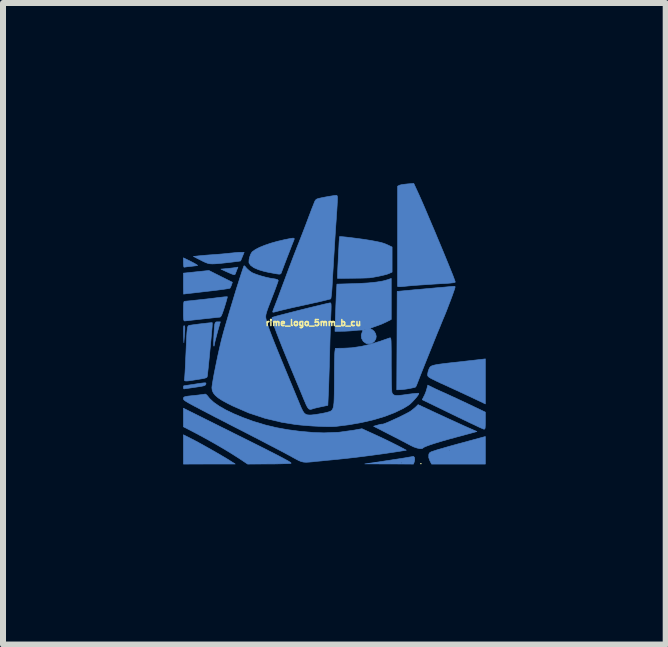
<source format=kicad_pcb>
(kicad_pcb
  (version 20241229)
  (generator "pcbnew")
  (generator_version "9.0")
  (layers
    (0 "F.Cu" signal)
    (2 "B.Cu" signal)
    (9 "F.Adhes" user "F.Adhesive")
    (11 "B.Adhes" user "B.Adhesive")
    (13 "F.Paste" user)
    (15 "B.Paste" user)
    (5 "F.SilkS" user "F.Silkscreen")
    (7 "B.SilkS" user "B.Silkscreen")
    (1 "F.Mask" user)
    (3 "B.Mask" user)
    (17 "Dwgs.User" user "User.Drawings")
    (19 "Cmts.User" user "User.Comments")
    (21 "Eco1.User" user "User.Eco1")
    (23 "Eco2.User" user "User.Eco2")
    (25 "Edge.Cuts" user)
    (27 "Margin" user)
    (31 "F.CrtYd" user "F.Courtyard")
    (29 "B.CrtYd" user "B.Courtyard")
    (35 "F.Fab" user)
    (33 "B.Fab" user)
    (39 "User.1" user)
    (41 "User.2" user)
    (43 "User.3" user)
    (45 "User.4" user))
  (footprint "rime_logo_5mm_b_cu"
    (layer "F.Cu")
    (at 2.399 2.457)
    (property "Reference" "rime_logo_5mm_b_cu" (at -0.23 -0.13 0) (layer "F.SilkS") (effects (font (size 0.1 0.1) (thickness 0.025))))
    (attr through_hole)
    (fp_poly (pts (xy -2.388 -0.079) (xy -2.39 -0.063) (xy -2.392 -0.028) (xy -2.392 0.023) (xy -2.391 0.065) (xy -2.387 0.201) (xy -2.377 0.065) (xy -2.372 -0.005) (xy -2.371 -0.052) (xy -2.374 -0.077) (xy -2.382 -0.083) (xy -2.388 -0.079)) (stroke (width 0.01) (type solid)) (fill yes) (layer "B.Cu"))
    (fp_poly (pts (xy -2.394 2.222) (xy -1.963 2.221) (xy -1.532 2.221) (xy -1.615 2.168) (xy -1.674 2.131) (xy -1.752 2.085) (xy -1.841 2.033) (xy -1.937 1.978) (xy -2.033 1.924) (xy -2.123 1.874) (xy -2.203 1.831) (xy -2.263 1.8) (xy -2.394 1.734) (xy -2.394 2.222)) (stroke (width 0.01) (type solid)) (fill yes) (layer "B.Cu"))
    (fp_poly (pts (xy -2.394 -1.134) (xy -2.392 -1.093) (xy -2.388 -1.065) (xy -2.384 -1.057) (xy -2.367 -1.059) (xy -2.331 -1.064) (xy -2.283 -1.069) (xy -2.275 -1.07) (xy -2.225 -1.076) (xy -2.184 -1.081) (xy -2.161 -1.085) (xy -2.159 -1.085) (xy -2.163 -1.092) (xy -2.187 -1.107) (xy -2.226 -1.129) (xy -2.268 -1.151) (xy -2.394 -1.213) (xy -2.394 -1.134)) (stroke (width 0.01) (type solid)) (fill yes) (layer "B.Cu"))
    (fp_poly (pts (xy -1.529 -1.051) (xy -1.563 -1.046) (xy -1.613 -1.04) (xy -1.668 -1.034) (xy -1.67 -1.034) (xy -1.769 -1.025) (xy -1.69 -0.988) (xy -1.627 -0.96) (xy -1.584 -0.942) (xy -1.556 -0.933) (xy -1.54 -0.934) (xy -1.532 -0.941) (xy -1.529 -0.947) (xy -1.519 -0.975) (xy -1.505 -1.011) (xy -1.504 -1.014) (xy -1.486 -1.058) (xy -1.529 -1.051)) (stroke (width 0.01) (type solid)) (fill yes) (layer "B.Cu"))
    (fp_poly (pts (xy -1.841 -0.147) (xy -1.855 -0.142) (xy -1.865 -0.13) (xy -1.872 -0.108) (xy -1.877 -0.071) (xy -1.881 -0.016) (xy -1.885 0.06) (xy -1.887 0.099) (xy -1.89 0.174) (xy -1.891 0.226) (xy -1.889 0.254) (xy -1.885 0.258) (xy -1.879 0.237) (xy -1.875 0.211) (xy -1.868 0.179) (xy -1.855 0.129) (xy -1.839 0.067) (xy -1.823 0.007) (xy -1.779 -0.147) (xy -1.823 -0.147) (xy -1.841 -0.147)) (stroke (width 0.01) (type solid)) (fill yes) (layer "B.Cu"))
    (fp_poly (pts (xy 1.404 2.1) (xy 1.36 2.107) (xy 1.299 2.118) (xy 1.224 2.13) (xy 1.139 2.143) (xy 1.048 2.157) (xy 0.955 2.171) (xy 0.865 2.185) (xy 0.798 2.195) (xy 0.627 2.219) (xy 1.032 2.22) (xy 1.437 2.222) (xy 1.445 2.2) (xy 1.247 2.2) (xy 1.245 2.208) (xy 1.239 2.208) (xy 1.228 2.204) (xy 1.23 2.2) (xy 1.245 2.198) (xy 1.247 2.2) (xy 1.445 2.2) (xy 1.45 2.186) (xy 1.458 2.148) (xy 1.455 2.115) (xy 1.441 2.096) (xy 1.426 2.095) (xy 1.404 2.1)) (stroke (width 0.01) (type solid)) (fill yes) (layer "B.Cu"))
    (fp_poly (pts (xy -2.182 -0.98) (xy -2.394 -0.958) (xy -2.394 -0.783) (xy -2.394 -0.719) (xy -2.393 -0.665) (xy -2.392 -0.627) (xy -2.391 -0.61) (xy -2.391 -0.609) (xy -2.377 -0.611) (xy -2.341 -0.616) (xy -2.285 -0.622) (xy -2.213 -0.63) (xy -2.128 -0.64) (xy -2.033 -0.651) (xy -2.008 -0.654) (xy -1.911 -0.665) (xy -1.822 -0.676) (xy -1.745 -0.686) (xy -1.684 -0.695) (xy -1.641 -0.702) (xy -1.62 -0.707) (xy -1.619 -0.708) (xy -1.607 -0.728) (xy -1.594 -0.76) (xy -1.593 -0.763) (xy -1.579 -0.806) (xy -1.775 -0.904) (xy -1.97 -1.002) (xy -2.182 -0.98)) (stroke (width 0.01) (type solid)) (fill yes) (layer "B.Cu"))
    (fp_poly (pts (xy -2.048 0.869) (xy -2.083 0.873) (xy -2.136 0.88) (xy -2.212 0.892) (xy -2.215 0.893) (xy -2.278 0.902) (xy -2.332 0.91) (xy -2.37 0.916) (xy -2.388 0.919) (xy -2.389 0.919) (xy -2.393 0.93) (xy -2.394 0.945) (xy -2.39 0.966) (xy -2.384 0.97) (xy -2.367 0.967) (xy -2.331 0.962) (xy -2.289 0.956) (xy -2.2 0.943) (xy -2.133 0.933) (xy -2.086 0.925) (xy -2.055 0.918) (xy -2.036 0.91) (xy -2.026 0.902) (xy -2.021 0.892) (xy -2.021 0.891) (xy -2.019 0.88) (xy -2.02 0.873) (xy -2.028 0.869) (xy -2.048 0.869)) (stroke (width 0.01) (type solid)) (fill yes) (layer "B.Cu"))
    (fp_poly (pts (xy 2.545 1.787) (xy 2.503 1.799) (xy 2.442 1.815) (xy 2.368 1.835) (xy 2.286 1.858) (xy 2.206 1.879) (xy 2.118 1.903) (xy 2.028 1.928) (xy 1.945 1.952) (xy 1.873 1.973) (xy 1.828 1.986) (xy 1.77 2.005) (xy 1.732 2.018) (xy 1.71 2.031) (xy 1.699 2.044) (xy 1.693 2.062) (xy 1.692 2.069) (xy 1.692 2.116) (xy 1.711 2.167) (xy 1.739 2.222) (xy 2.634 2.222) (xy 2.634 1.991) (xy 2.041 1.991) (xy 2.035 1.998) (xy 2.028 1.991) (xy 2.035 1.985) (xy 2.041 1.991) (xy 2.634 1.991) (xy 2.634 1.763) (xy 2.545 1.787)) (stroke (width 0.01) (type solid)) (fill yes) (layer "B.Cu"))
    (fp_poly (pts (xy -2.394 1.601) (xy -2.193 1.705) (xy -2.055 1.779) (xy -1.913 1.858) (xy -1.771 1.94) (xy -1.638 2.019) (xy -1.519 2.094) (xy -1.461 2.131) (xy -1.325 2.222) (xy -0.981 2.22) (xy -0.887 2.22) (xy -0.8 2.218) (xy -0.724 2.216) (xy -0.663 2.214) (xy -0.622 2.212) (xy -0.604 2.21) (xy -0.601 2.206) (xy -0.606 2.199) (xy -0.62 2.189) (xy -0.645 2.173) (xy -0.683 2.152) (xy -0.733 2.125) (xy -0.799 2.09) (xy -0.88 2.048) (xy -0.979 1.998) (xy -1.097 1.938) (xy -1.235 1.869) (xy -1.395 1.789) (xy -1.482 1.746) (xy -2.394 1.292) (xy -2.394 1.601)) (stroke (width 0.01) (type solid)) (fill yes) (layer "B.Cu"))
    (fp_poly (pts (xy 1.66 0.967) (xy 1.645 1.017) (xy 1.623 1.071) (xy 1.614 1.088) (xy 1.583 1.15) (xy 2.083 1.393) (xy 2.19 1.445) (xy 2.291 1.493) (xy 2.382 1.537) (xy 2.462 1.574) (xy 2.526 1.605) (xy 2.574 1.626) (xy 2.602 1.638) (xy 2.608 1.64) (xy 2.619 1.64) (xy 2.627 1.633) (xy 2.631 1.615) (xy 2.633 1.581) (xy 2.634 1.526) (xy 2.634 1.5) (xy 2.634 1.357) (xy 2.328 1.211) (xy 2.238 1.169) (xy 2.151 1.128) (xy 2.07 1.091) (xy 2.001 1.059) (xy 1.948 1.035) (xy 1.923 1.024) (xy 1.863 0.997) (xy 1.802 0.969) (xy 1.751 0.944) (xy 1.75 0.944) (xy 1.676 0.907) (xy 1.66 0.967)) (stroke (width 0.01) (type solid)) (fill yes) (layer "B.Cu"))
    (fp_poly (pts (xy -1.478 -1.304) (xy -1.534 -1.299) (xy -1.592 -1.293) (xy -1.598 -1.293) (xy -1.651 -1.287) (xy -1.722 -1.28) (xy -1.802 -1.273) (xy -1.882 -1.267) (xy -1.894 -1.266) (xy -1.969 -1.261) (xy -2.041 -1.255) (xy -2.104 -1.249) (xy -2.149 -1.245) (xy -2.156 -1.244) (xy -2.228 -1.236) (xy -2.104 -1.173) (xy -2.059 -1.15) (xy -2.021 -1.133) (xy -1.987 -1.121) (xy -1.952 -1.114) (xy -1.911 -1.112) (xy -1.859 -1.114) (xy -1.793 -1.119) (xy -1.707 -1.128) (xy -1.653 -1.134) (xy -1.582 -1.142) (xy -1.522 -1.15) (xy -1.475 -1.156) (xy -1.448 -1.16) (xy -1.442 -1.162) (xy -1.436 -1.176) (xy -1.423 -1.207) (xy -1.411 -1.236) (xy -1.383 -1.305) (xy -1.438 -1.305) (xy -1.478 -1.304)) (stroke (width 0.01) (type solid)) (fill yes) (layer "B.Cu"))
    (fp_poly (pts (xy 2.571 0.478) (xy 2.541 0.481) (xy 2.489 0.487) (xy 2.42 0.495) (xy 2.337 0.504) (xy 2.245 0.515) (xy 2.16 0.524) (xy 2.041 0.537) (xy 1.946 0.548) (xy 1.871 0.558) (xy 1.815 0.567) (xy 1.773 0.576) (xy 1.743 0.586) (xy 1.723 0.597) (xy 1.71 0.611) (xy 1.701 0.627) (xy 1.694 0.643) (xy 1.68 0.685) (xy 1.673 0.725) (xy 1.673 0.732) (xy 1.673 0.744) (xy 1.677 0.755) (xy 1.686 0.767) (xy 1.703 0.78) (xy 1.73 0.796) (xy 1.77 0.816) (xy 1.825 0.843) (xy 1.897 0.877) (xy 1.991 0.919) (xy 2.048 0.946) (xy 2.136 0.986) (xy 2.233 1.031) (xy 2.328 1.075) (xy 2.414 1.115) (xy 2.453 1.134) (xy 2.634 1.22) (xy 2.634 0.47) (xy 2.571 0.478)) (stroke (width 0.01) (type solid)) (fill yes) (layer "B.Cu"))
    (fp_poly (pts (xy -0.608 -1.536) (xy -0.663 -1.525) (xy -0.713 -1.515) (xy -0.828 -1.488) (xy -0.938 -1.457) (xy -1.038 -1.423) (xy -1.125 -1.388) (xy -1.194 -1.352) (xy -1.242 -1.319) (xy -1.253 -1.308) (xy -1.273 -1.275) (xy -1.29 -1.229) (xy -1.301 -1.181) (xy -1.303 -1.14) (xy -1.301 -1.126) (xy -1.273 -1.086) (xy -1.221 -1.049) (xy -1.146 -1.016) (xy -1.052 -0.988) (xy -0.977 -0.971) (xy -0.901 -0.957) (xy -0.847 -0.947) (xy -0.81 -0.942) (xy -0.788 -0.942) (xy -0.775 -0.947) (xy -0.767 -0.956) (xy -0.762 -0.97) (xy -0.761 -0.972) (xy -0.752 -0.997) (xy -0.735 -1.041) (xy -0.713 -1.1) (xy -0.687 -1.168) (xy -0.668 -1.218) (xy -0.639 -1.292) (xy -0.612 -1.362) (xy -0.589 -1.422) (xy -0.571 -1.467) (xy -0.564 -1.485) (xy -0.553 -1.511) (xy -0.548 -1.529) (xy -0.553 -1.539) (xy -0.572 -1.541) (xy -0.608 -1.536)) (stroke (width 0.01) (type solid)) (fill yes) (layer "B.Cu"))
    (fp_poly (pts (xy 0.206 -1.567) (xy 0.206 -1.566) (xy 0.204 -1.553) (xy 0.202 -1.517) (xy 0.198 -1.464) (xy 0.195 -1.398) (xy 0.191 -1.322) (xy 0.186 -1.242) (xy 0.183 -1.161) (xy 0.179 -1.084) (xy 0.176 -1.015) (xy 0.174 -0.959) (xy 0.173 -0.919) (xy 0.172 -0.907) (xy 0.172 -0.871) (xy 0.419 -0.873) (xy 0.5 -0.874) (xy 0.574 -0.875) (xy 0.636 -0.877) (xy 0.682 -0.879) (xy 0.706 -0.88) (xy 0.783 -0.892) (xy 0.861 -0.907) (xy 0.933 -0.923) (xy 0.992 -0.938) (xy 1.025 -0.95) (xy 1.081 -0.975) (xy 1.081 -1.393) (xy 1.025 -1.42) (xy 0.981 -1.44) (xy 0.939 -1.456) (xy 0.89 -1.47) (xy 0.829 -1.483) (xy 0.75 -1.498) (xy 0.73 -1.502) (xy 0.672 -1.511) (xy 0.603 -1.522) (xy 0.528 -1.532) (xy 0.452 -1.542) (xy 0.379 -1.551) (xy 0.313 -1.559) (xy 0.259 -1.564) (xy 0.222 -1.567) (xy 0.206 -1.567)) (stroke (width 0.01) (type solid)) (fill yes) (layer "B.Cu"))
    (fp_poly (pts (xy -1.712 -0.563) (xy -1.762 -0.557) (xy -1.823 -0.55) (xy -1.823 -0.55) (xy -1.886 -0.542) (xy -1.96 -0.533) (xy -2.04 -0.524) (xy -2.121 -0.515) (xy -2.199 -0.507) (xy -2.268 -0.499) (xy -2.325 -0.494) (xy -2.363 -0.49) (xy -2.377 -0.489) (xy -2.385 -0.482) (xy -2.39 -0.458) (xy -2.393 -0.415) (xy -2.394 -0.35) (xy -2.394 -0.325) (xy -2.394 -0.256) (xy -2.392 -0.21) (xy -2.389 -0.182) (xy -2.384 -0.167) (xy -2.376 -0.162) (xy -2.371 -0.162) (xy -2.351 -0.164) (xy -2.31 -0.168) (xy -2.251 -0.175) (xy -2.178 -0.183) (xy -2.097 -0.192) (xy -2.078 -0.194) (xy -1.995 -0.203) (xy -1.921 -0.211) (xy -1.858 -0.218) (xy -1.813 -0.223) (xy -1.788 -0.225) (xy -1.786 -0.225) (xy -1.774 -0.232) (xy -1.76 -0.254) (xy -1.744 -0.293) (xy -1.723 -0.353) (xy -1.71 -0.393) (xy -1.691 -0.455) (xy -1.676 -0.507) (xy -1.666 -0.545) (xy -1.662 -0.564) (xy -1.662 -0.565) (xy -1.677 -0.565) (xy -1.712 -0.563)) (stroke (width 0.01) (type solid)) (fill yes) (layer "B.Cu"))
    (fp_poly (pts (xy 2.069 -0.736) (xy 2.059 -0.735) (xy 2.016 -0.731) (xy 1.954 -0.725) (xy 1.882 -0.719) (xy 1.811 -0.713) (xy 1.737 -0.706) (xy 1.646 -0.698) (xy 1.548 -0.689) (xy 1.45 -0.681) (xy 1.403 -0.676) (xy 1.166 -0.654) (xy 1.163 0.165) (xy 1.159 0.985) (xy 1.215 0.983) (xy 1.257 0.98) (xy 1.313 0.973) (xy 1.368 0.964) (xy 1.416 0.954) (xy 1.453 0.946) (xy 1.472 0.939) (xy 1.473 0.938) (xy 1.482 0.923) (xy 1.496 0.89) (xy 1.509 0.856) (xy 1.527 0.81) (xy 1.552 0.745) (xy 1.585 0.662) (xy 1.623 0.567) (xy 1.664 0.464) (xy 1.708 0.355) (xy 1.752 0.246) (xy 1.795 0.139) (xy 1.835 0.039) (xy 1.872 -0.049) (xy 1.902 -0.124) (xy 1.925 -0.179) (xy 1.928 -0.187) (xy 1.957 -0.255) (xy 1.989 -0.334) (xy 2.021 -0.419) (xy 2.054 -0.504) (xy 2.083 -0.582) (xy 2.107 -0.65) (xy 2.124 -0.7) (xy 2.127 -0.712) (xy 2.131 -0.729) (xy 2.126 -0.738) (xy 2.107 -0.739) (xy 2.069 -0.736)) (stroke (width 0.01) (type solid)) (fill yes) (layer "B.Cu"))
    (fp_poly (pts (xy 1.337 -2.444) (xy 1.283 -2.438) (xy 1.236 -2.431) (xy 1.206 -2.423) (xy 1.202 -2.421) (xy 1.173 -2.406) (xy 1.173 -1.58) (xy 1.173 -1.434) (xy 1.173 -1.297) (xy 1.173 -1.17) (xy 1.173 -1.055) (xy 1.172 -0.954) (xy 1.172 -0.871) (xy 1.172 -0.806) (xy 1.172 -0.763) (xy 1.172 -0.744) (xy 1.172 -0.743) (xy 1.175 -0.735) (xy 1.19 -0.732) (xy 1.219 -0.732) (xy 1.268 -0.736) (xy 1.304 -0.74) (xy 1.365 -0.746) (xy 1.447 -0.753) (xy 1.545 -0.76) (xy 1.654 -0.767) (xy 1.769 -0.775) (xy 1.886 -0.782) (xy 1.972 -0.786) (xy 2.048 -0.792) (xy 2.101 -0.798) (xy 2.129 -0.805) (xy 2.133 -0.81) (xy 2.128 -0.827) (xy 2.114 -0.866) (xy 2.092 -0.925) (xy 2.062 -0.999) (xy 2.026 -1.088) (xy 1.985 -1.188) (xy 1.94 -1.298) (xy 1.892 -1.413) (xy 1.842 -1.532) (xy 1.792 -1.653) (xy 1.741 -1.772) (xy 1.692 -1.887) (xy 1.646 -1.996) (xy 1.603 -2.096) (xy 1.564 -2.185) (xy 1.531 -2.259) (xy 1.52 -2.283) (xy 1.442 -2.452) (xy 1.337 -2.444)) (stroke (width 0.01) (type solid)) (fill yes) (layer "B.Cu"))
    (fp_poly (pts (xy -1.962 -0.13) (xy -2.011 -0.125) (xy -2.07 -0.118) (xy -2.132 -0.111) (xy -2.192 -0.103) (xy -2.245 -0.096) (xy -2.284 -0.09) (xy -2.297 -0.088) (xy -2.307 -0.085) (xy -2.314 -0.079) (xy -2.321 -0.068) (xy -2.326 -0.048) (xy -2.33 -0.018) (xy -2.335 0.024) (xy -2.339 0.082) (xy -2.343 0.158) (xy -2.347 0.254) (xy -2.352 0.373) (xy -2.355 0.432) (xy -2.359 0.526) (xy -2.363 0.614) (xy -2.367 0.689) (xy -2.371 0.75) (xy -2.374 0.792) (xy -2.376 0.81) (xy -2.378 0.825) (xy -2.371 0.835) (xy -2.353 0.838) (xy -2.319 0.837) (xy -2.267 0.83) (xy -2.196 0.819) (xy -2.121 0.807) (xy -2.068 0.798) (xy -2.033 0.79) (xy -2.012 0.782) (xy -2.001 0.773) (xy -1.997 0.759) (xy -1.994 0.74) (xy -1.993 0.731) (xy -1.989 0.693) (xy -1.982 0.629) (xy -1.973 0.541) (xy -1.962 0.429) (xy -1.949 0.294) (xy -1.934 0.135) (xy -1.927 0.057) (xy -1.921 -0.01) (xy -1.916 -0.066) (xy -1.914 -0.108) (xy -1.914 -0.13) (xy -1.914 -0.133) (xy -1.928 -0.133) (xy -1.962 -0.13)) (stroke (width 0.01) (type solid)) (fill yes) (layer "B.Cu"))
    (fp_poly (pts (xy 1.478 1.268) (xy 1.445 1.297) (xy 1.403 1.33) (xy 1.387 1.342) (xy 1.357 1.36) (xy 1.311 1.384) (xy 1.254 1.413) (xy 1.191 1.444) (xy 1.125 1.474) (xy 1.062 1.503) (xy 1.006 1.528) (xy 0.96 1.546) (xy 0.931 1.556) (xy 0.923 1.557) (xy 0.905 1.557) (xy 0.872 1.564) (xy 0.843 1.572) (xy 0.773 1.592) (xy 1.036 1.727) (xy 1.118 1.769) (xy 1.198 1.81) (xy 1.27 1.848) (xy 1.331 1.88) (xy 1.375 1.903) (xy 1.383 1.908) (xy 1.441 1.936) (xy 1.497 1.955) (xy 1.545 1.965) (xy 1.581 1.964) (xy 1.598 1.952) (xy 1.614 1.941) (xy 1.653 1.924) (xy 1.713 1.902) (xy 1.792 1.876) (xy 1.887 1.847) (xy 1.997 1.815) (xy 2.119 1.782) (xy 2.147 1.774) (xy 2.223 1.754) (xy 2.296 1.734) (xy 2.359 1.717) (xy 2.407 1.704) (xy 2.422 1.7) (xy 2.493 1.68) (xy 2.33 1.608) (xy 2.272 1.582) (xy 2.195 1.547) (xy 2.106 1.506) (xy 2.009 1.462) (xy 1.91 1.416) (xy 1.84 1.384) (xy 1.514 1.232) (xy 1.478 1.268)) (stroke (width 0.01) (type solid)) (fill yes) (layer "B.Cu"))
    (fp_poly (pts (xy 1.012 -0.85) (xy 0.928 -0.827) (xy 0.819 -0.809) (xy 0.685 -0.795) (xy 0.525 -0.786) (xy 0.44 -0.783) (xy 0.162 -0.775) (xy 0.154 -0.636) (xy 0.151 -0.576) (xy 0.148 -0.497) (xy 0.144 -0.407) (xy 0.141 -0.313) (xy 0.138 -0.243) (xy 0.13 0.011) (xy 0.233 0.01) (xy 0.297 0.009) (xy 0.373 0.005) (xy 0.446 -0.001) (xy 0.461 -0.003) (xy 0.515 -0.008) (xy 0.559 -0.01) (xy 0.586 -0.01) (xy 0.592 -0.009) (xy 0.592 0.007) (xy 0.583 0.024) (xy 0.567 0.073) (xy 0.572 0.126) (xy 0.598 0.174) (xy 0.606 0.183) (xy 0.652 0.214) (xy 0.705 0.22) (xy 0.747 0.208) (xy 0.785 0.18) (xy 0.811 0.135) (xy 0.817 0.094) (xy 0.807 0.051) (xy 0.782 0.01) (xy 0.747 -0.019) (xy 0.738 -0.022) (xy 0.633 -0.022) (xy 0.627 -0.016) (xy 0.62 -0.022) (xy 0.627 -0.029) (xy 0.633 -0.022) (xy 0.738 -0.022) (xy 0.714 -0.03) (xy 0.708 -0.034) (xy 0.726 -0.043) (xy 0.765 -0.058) (xy 0.791 -0.067) (xy 0.855 -0.09) (xy 0.922 -0.116) (xy 0.978 -0.142) (xy 0.985 -0.145) (xy 1.067 -0.187) (xy 1.067 -0.87) (xy 1.012 -0.85)) (stroke (width 0.01) (type solid)) (fill yes) (layer "B.Cu"))
    (fp_poly (pts (xy 0.033 -0.46) (xy -0.007 -0.451) (xy -0.065 -0.438) (xy -0.137 -0.42) (xy -0.221 -0.4) (xy -0.312 -0.378) (xy -0.408 -0.354) (xy -0.504 -0.33) (xy -0.598 -0.306) (xy -0.687 -0.283) (xy -0.765 -0.263) (xy -0.831 -0.246) (xy -0.88 -0.232) (xy -0.91 -0.223) (xy -0.917 -0.221) (xy -0.919 -0.206) (xy -0.913 -0.174) (xy -0.899 -0.125) (xy -0.876 -0.057) (xy -0.844 0.031) (xy -0.802 0.139) (xy -0.751 0.268) (xy -0.69 0.418) (xy -0.618 0.592) (xy -0.564 0.721) (xy -0.525 0.816) (xy -0.485 0.911) (xy -0.448 1) (xy -0.415 1.079) (xy -0.389 1.143) (xy -0.375 1.175) (xy -0.348 1.239) (xy -0.325 1.281) (xy -0.305 1.304) (xy -0.283 1.312) (xy -0.256 1.307) (xy -0.242 1.302) (xy -0.217 1.294) (xy -0.175 1.284) (xy -0.122 1.272) (xy -0.102 1.268) (xy 0.011 1.244) (xy 0.019 1.065) (xy 0.022 1.009) (xy 0.025 0.931) (xy 0.028 0.836) (xy 0.031 0.728) (xy 0.035 0.612) (xy 0.038 0.492) (xy 0.041 0.399) (xy 0.044 0.278) (xy 0.047 0.158) (xy 0.051 0.042) (xy 0.054 -0.065) (xy 0.057 -0.158) (xy 0.06 -0.234) (xy 0.062 -0.276) (xy 0.065 -0.35) (xy 0.066 -0.402) (xy 0.065 -0.435) (xy 0.062 -0.454) (xy 0.056 -0.462) (xy 0.051 -0.463) (xy 0.033 -0.46)) (stroke (width 0.01) (type solid)) (fill yes) (layer "B.Cu"))
    (fp_poly (pts (xy 0.144 -2.253) (xy 0.12 -2.251) (xy 0.077 -2.244) (xy 0.021 -2.235) (xy -0.034 -2.225) (xy -0.099 -2.212) (xy -0.143 -2.202) (xy -0.171 -2.193) (xy -0.188 -2.181) (xy -0.199 -2.167) (xy -0.203 -2.161) (xy -0.213 -2.138) (xy -0.23 -2.094) (xy -0.254 -2.035) (xy -0.281 -1.963) (xy -0.311 -1.885) (xy -0.319 -1.863) (xy -0.355 -1.767) (xy -0.395 -1.663) (xy -0.435 -1.56) (xy -0.472 -1.465) (xy -0.499 -1.398) (xy -0.526 -1.328) (xy -0.561 -1.239) (xy -0.599 -1.138) (xy -0.64 -1.031) (xy -0.68 -0.923) (xy -0.709 -0.844) (xy -0.745 -0.749) (xy -0.779 -0.657) (xy -0.81 -0.573) (xy -0.837 -0.502) (xy -0.859 -0.446) (xy -0.872 -0.411) (xy -0.872 -0.411) (xy -0.89 -0.367) (xy -0.902 -0.333) (xy -0.907 -0.316) (xy -0.907 -0.316) (xy -0.906 -0.31) (xy -0.9 -0.307) (xy -0.884 -0.309) (xy -0.852 -0.317) (xy -0.801 -0.33) (xy -0.795 -0.332) (xy -0.758 -0.341) (xy -0.699 -0.355) (xy -0.624 -0.373) (xy -0.535 -0.393) (xy -0.439 -0.414) (xy -0.338 -0.436) (xy -0.328 -0.438) (xy -0.232 -0.46) (xy -0.144 -0.479) (xy -0.068 -0.497) (xy -0.007 -0.512) (xy 0.036 -0.523) (xy 0.058 -0.529) (xy 0.059 -0.53) (xy 0.064 -0.546) (xy 0.069 -0.584) (xy 0.075 -0.638) (xy 0.08 -0.704) (xy 0.082 -0.735) (xy 0.09 -0.885) (xy 0.1 -1.048) (xy 0.11 -1.219) (xy 0.121 -1.392) (xy 0.131 -1.56) (xy 0.141 -1.716) (xy 0.151 -1.855) (xy 0.153 -1.898) (xy 0.161 -2.003) (xy 0.166 -2.086) (xy 0.169 -2.148) (xy 0.171 -2.192) (xy 0.171 -2.222) (xy 0.168 -2.24) (xy 0.164 -2.249) (xy 0.157 -2.253) (xy 0.148 -2.253) (xy 0.144 -2.253)) (stroke (width 0.01) (type solid)) (fill yes) (layer "B.Cu"))
    (fp_poly (pts (xy -2.053 1.06) (xy -2.092 1.065) (xy -2.146 1.072) (xy -2.192 1.077) (xy -2.269 1.085) (xy -2.323 1.091) (xy -2.359 1.098) (xy -2.38 1.104) (xy -2.39 1.113) (xy -2.394 1.124) (xy -2.394 1.134) (xy -2.393 1.139) (xy -2.391 1.145) (xy -2.386 1.152) (xy -2.376 1.161) (xy -2.36 1.173) (xy -2.337 1.187) (xy -2.305 1.206) (xy -2.263 1.229) (xy -2.21 1.258) (xy -2.144 1.292) (xy -2.065 1.334) (xy -1.969 1.384) (xy -1.858 1.442) (xy -1.727 1.509) (xy -1.578 1.586) (xy -1.407 1.673) (xy -1.237 1.761) (xy -1.126 1.818) (xy -1.015 1.876) (xy -0.908 1.932) (xy -0.808 1.984) (xy -0.72 2.03) (xy -0.648 2.069) (xy -0.595 2.097) (xy -0.595 2.098) (xy -0.526 2.136) (xy -0.474 2.163) (xy -0.432 2.18) (xy -0.393 2.189) (xy -0.351 2.192) (xy -0.299 2.189) (xy -0.231 2.183) (xy -0.209 2.18) (xy -0.161 2.175) (xy -0.092 2.169) (xy -0.01 2.16) (xy 0.08 2.152) (xy 0.171 2.143) (xy 0.179 2.142) (xy 0.314 2.128) (xy 0.465 2.111) (xy 0.624 2.091) (xy 0.785 2.07) (xy 0.94 2.049) (xy 1.082 2.028) (xy 1.176 2.014) (xy 1.318 1.991) (xy 1.183 1.919) (xy 1.125 1.89) (xy 1.051 1.853) (xy 0.967 1.812) (xy 0.88 1.771) (xy 0.813 1.74) (xy 0.579 1.633) (xy 0.447 1.657) (xy 0.196 1.692) (xy -0.054 1.702) (xy -0.231 1.696) (xy -0.455 1.676) (xy -0.66 1.649) (xy -0.851 1.614) (xy -1.034 1.57) (xy -1.215 1.515) (xy -1.249 1.504) (xy -1.412 1.444) (xy -1.56 1.382) (xy -1.69 1.319) (xy -1.8 1.256) (xy -1.889 1.194) (xy -1.954 1.134) (xy -1.979 1.103) (xy -2.004 1.073) (xy -2.026 1.057) (xy -2.033 1.056) (xy -2.053 1.06)) (stroke (width 0.01) (type solid)) (fill yes) (layer "B.Cu"))
    (fp_poly (pts (xy -1.384 -1.081) (xy -1.392 -1.064) (xy -1.406 -1.024) (xy -1.426 -0.964) (xy -1.451 -0.888) (xy -1.479 -0.799) (xy -1.511 -0.699) (xy -1.544 -0.591) (xy -1.578 -0.478) (xy -1.613 -0.363) (xy -1.647 -0.249) (xy -1.679 -0.14) (xy -1.709 -0.037) (xy -1.735 0.056) (xy -1.742 0.084) (xy -1.76 0.15) (xy -1.779 0.231) (xy -1.8 0.322) (xy -1.822 0.42) (xy -1.843 0.521) (xy -1.863 0.62) (xy -1.882 0.714) (xy -1.897 0.798) (xy -1.909 0.868) (xy -1.917 0.921) (xy -1.92 0.952) (xy -1.914 0.996) (xy -1.896 1.037) (xy -1.864 1.077) (xy -1.815 1.119) (xy -1.747 1.163) (xy -1.657 1.212) (xy -1.571 1.255) (xy -1.306 1.37) (xy -1.034 1.46) (xy -0.752 1.527) (xy -0.532 1.562) (xy -0.444 1.572) (xy -0.346 1.58) (xy -0.243 1.588) (xy -0.14 1.593) (xy -0.044 1.597) (xy 0.041 1.598) (xy 0.108 1.597) (xy 0.14 1.595) (xy 0.364 1.567) (xy 0.577 1.529) (xy 0.776 1.483) (xy 0.959 1.428) (xy 1.123 1.365) (xy 1.266 1.296) (xy 1.35 1.245) (xy 1.383 1.22) (xy 1.419 1.185) (xy 1.456 1.145) (xy 1.489 1.107) (xy 1.514 1.073) (xy 1.525 1.05) (xy 1.525 1.043) (xy 1.51 1.042) (xy 1.474 1.045) (xy 1.421 1.05) (xy 1.357 1.058) (xy 1.33 1.062) (xy 1.249 1.073) (xy 1.189 1.079) (xy 1.147 1.08) (xy 1.118 1.074) (xy 1.098 1.062) (xy 1.084 1.044) (xy 1.081 1.038) (xy 1.077 1.017) (xy 1.074 0.972) (xy 1.071 0.903) (xy 1.069 0.813) (xy 1.068 0.702) (xy 1.067 0.574) (xy 1.067 0.563) (xy 1.067 0.442) (xy 1.067 0.345) (xy 1.066 0.269) (xy 1.065 0.212) (xy 1.064 0.171) (xy 1.061 0.144) (xy 1.058 0.128) (xy 1.053 0.121) (xy 1.048 0.119) (xy 1.044 0.12) (xy 1.023 0.127) (xy 0.983 0.141) (xy 0.931 0.159) (xy 0.887 0.175) (xy 0.727 0.224) (xy 0.566 0.262) (xy 0.412 0.285) (xy 0.282 0.292) (xy 0.136 0.294) (xy 0.128 0.351) (xy 0.126 0.379) (xy 0.124 0.429) (xy 0.122 0.498) (xy 0.121 0.581) (xy 0.12 0.676) (xy 0.12 0.779) (xy 0.12 0.819) (xy 0.119 0.947) (xy 0.118 1.052) (xy 0.116 1.136) (xy 0.113 1.201) (xy 0.107 1.251) (xy 0.099 1.287) (xy 0.088 1.312) (xy 0.075 1.329) (xy 0.057 1.341) (xy 0.035 1.35) (xy 0.034 1.35) (xy -0.011 1.363) (xy -0.072 1.376) (xy -0.14 1.388) (xy -0.206 1.398) (xy -0.261 1.404) (xy -0.287 1.405) (xy -0.325 1.403) (xy -0.356 1.393) (xy -0.382 1.373) (xy -0.406 1.338) (xy -0.432 1.285) (xy -0.459 1.221) (xy -0.479 1.172) (xy -0.508 1.103) (xy -0.543 1.018) (xy -0.583 0.921) (xy -0.627 0.816) (xy -0.671 0.709) (xy -0.699 0.642) (xy -0.769 0.472) (xy -0.83 0.323) (xy -0.881 0.196) (xy -0.923 0.089) (xy -0.957 -0.001) (xy -0.983 -0.073) (xy -1.002 -0.131) (xy -1.013 -0.171) (xy -1.019 -0.197) (xy -1.023 -0.22) (xy -1.023 -0.244) (xy -1.019 -0.272) (xy -1.009 -0.308) (xy -0.994 -0.355) (xy -0.971 -0.416) (xy -0.94 -0.496) (xy -0.908 -0.579) (xy -0.879 -0.654) (xy -0.854 -0.721) (xy -0.834 -0.777) (xy -0.82 -0.816) (xy -0.815 -0.836) (xy -0.815 -0.837) (xy -0.828 -0.851) (xy -0.866 -0.861) (xy -0.887 -0.864) (xy -0.954 -0.875) (xy -1.03 -0.892) (xy -1.106 -0.913) (xy -1.177 -0.936) (xy -1.233 -0.958) (xy -1.258 -0.97) (xy -1.299 -1) (xy -1.337 -1.035) (xy -1.346 -1.045) (xy -1.367 -1.07) (xy -1.382 -1.081) (xy -1.384 -1.081)) (stroke (width 0.01) (type solid)) (fill yes) (layer "B.Cu"))
    (fp_poly (pts (xy 1.554 2.215) (xy 1.561 2.222) (xy 1.568 2.215) (xy 1.561 2.208) (xy 1.554 2.215)) (stroke (width 0.01) (type solid)) (fill yes) (layer "F.SilkS")))
  (gr_rect
    (start -3 -3)
    (end 8.037 7.684)
    (stroke (width 0.1) (type default))
    (fill no)
    (layer "Edge.Cuts")))
</source>
